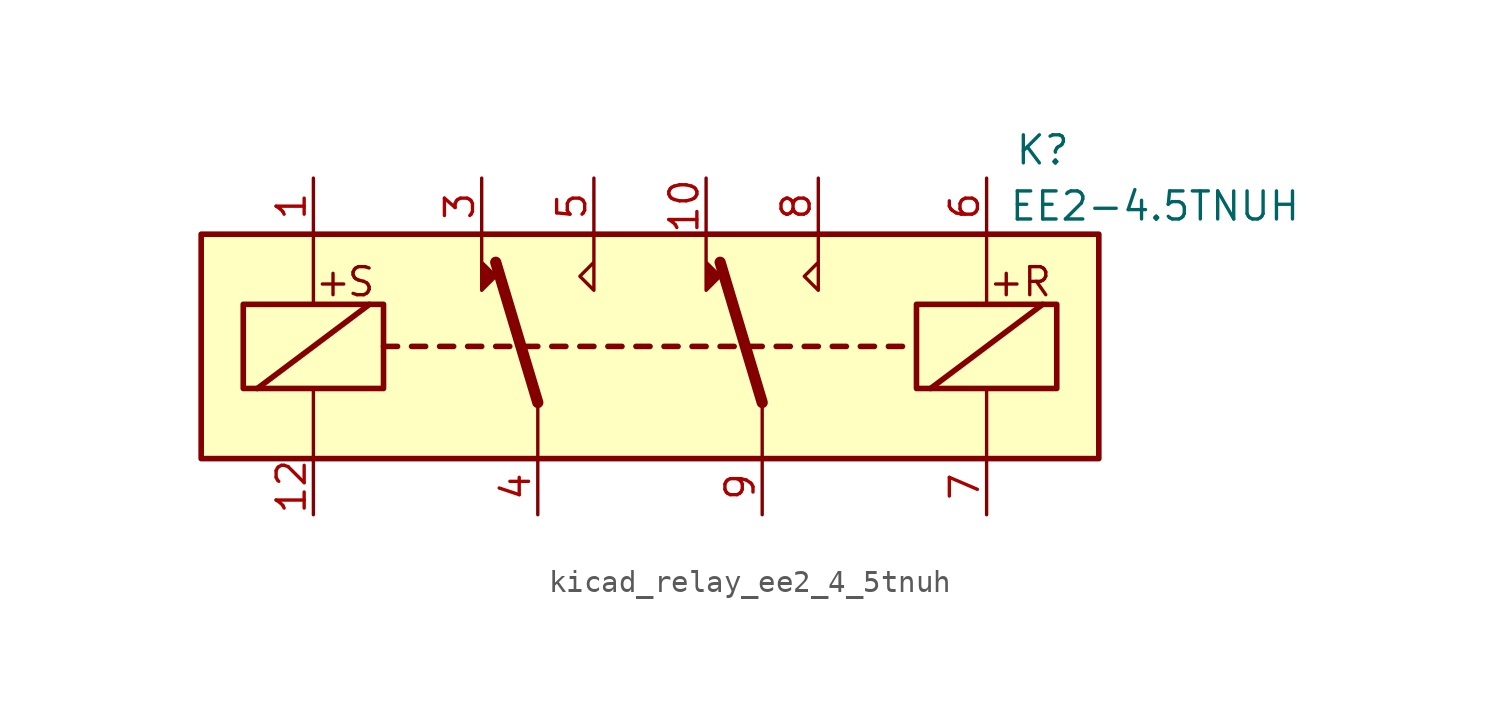
<source format=kicad_sym>
(kicad_symbol_lib
  (version 20220914)
  (generator kicad_symbol_editor)
  (symbol "kicad_relay_ee2_4_5tnuh"
    (property "Reference" "K"
      (at 17.78 8.89 0)
      (effects (font (size 1.27 1.27))))
    (property "Value" "EE2-4.5TNUH"
      (at 22.86 6.35 0)
      (effects (font (size 1.27 1.27))))
    (symbol "kicad_relay_ee2_4_5tnuh_1_1"
      (rectangle (start -20.32 5.08) (end 20.32 -5.08) (stroke (width 0.254) (type default)) (fill (type background)))
      (rectangle (start -18.415 1.905) (end -12.065 -1.905) (stroke (width 0.254) (type default)) (fill (type none)))
      (polyline (pts (xy -17.78 -1.905) (xy -12.7 1.905)) (stroke (width 0.254) (type default)) (fill (type none)))
      (polyline (pts (xy -15.24 -5.08) (xy -15.24 -1.905)) (stroke (width 0) (type default)) (fill (type none)))
      (polyline (pts (xy -15.24 5.08) (xy -15.24 1.905)) (stroke (width 0) (type default)) (fill (type none)))
      (polyline (pts (xy -12.065 0) (xy -11.43 0)) (stroke (width 0.254) (type default)) (fill (type none)))
      (polyline (pts (xy -10.795 0) (xy -10.16 0)) (stroke (width 0.254) (type default)) (fill (type none)))
      (polyline (pts (xy -9.525 0) (xy -8.89 0)) (stroke (width 0.254) (type default)) (fill (type none)))
      (polyline (pts (xy -8.255 0) (xy -7.62 0)) (stroke (width 0.254) (type default)) (fill (type none)))
      (polyline (pts (xy -6.985 0) (xy -6.35 0)) (stroke (width 0.254) (type default)) (fill (type none)))
      (polyline (pts (xy -5.715 0) (xy -5.08 0)) (stroke (width 0.254) (type default)) (fill (type none)))
      (polyline (pts (xy -5.08 -2.54) (xy -6.985 3.81)) (stroke (width 0.508) (type default)) (fill (type none)))
      (polyline (pts (xy -5.08 -2.54) (xy -5.08 -5.08)) (stroke (width 0) (type default)) (fill (type none)))
      (polyline (pts (xy -4.445 0) (xy -3.81 0)) (stroke (width 0.254) (type default)) (fill (type none)))
      (polyline (pts (xy -3.175 0) (xy -2.54 0)) (stroke (width 0.254) (type default)) (fill (type none)))
      (polyline (pts (xy -1.905 0) (xy -1.27 0)) (stroke (width 0.254) (type default)) (fill (type none)))
      (polyline (pts (xy -0.635 0) (xy 0 0)) (stroke (width 0.254) (type default)) (fill (type none)))
      (polyline (pts (xy 0.635 0) (xy 1.27 0)) (stroke (width 0.254) (type default)) (fill (type none)))
      (polyline (pts (xy 1.905 0) (xy 2.54 0)) (stroke (width 0.254) (type default)) (fill (type none)))
      (polyline (pts (xy 3.175 0) (xy 3.81 0)) (stroke (width 0.254) (type default)) (fill (type none)))
      (polyline (pts (xy 4.445 0) (xy 5.08 0)) (stroke (width 0.254) (type default)) (fill (type none)))
      (polyline (pts (xy 5.08 -2.54) (xy 3.175 3.81)) (stroke (width 0.508) (type default)) (fill (type none)))
      (polyline (pts (xy 5.08 -2.54) (xy 5.08 -5.08)) (stroke (width 0) (type default)) (fill (type none)))
      (polyline (pts (xy 5.715 0) (xy 6.35 0)) (stroke (width 0.254) (type default)) (fill (type none)))
      (polyline (pts (xy 6.985 0) (xy 7.62 0)) (stroke (width 0.254) (type default)) (fill (type none)))
      (polyline (pts (xy 8.255 0) (xy 8.89 0)) (stroke (width 0.254) (type default)) (fill (type none)))
      (polyline (pts (xy 9.525 0) (xy 10.16 0)) (stroke (width 0.254) (type default)) (fill (type none)))
      (polyline (pts (xy 10.795 0) (xy 11.43 0)) (stroke (width 0.254) (type default)) (fill (type none)))
      (polyline (pts (xy 12.7 -1.905) (xy 17.78 1.905)) (stroke (width 0.254) (type default)) (fill (type none)))
      (polyline (pts (xy 15.24 -5.08) (xy 15.24 -1.905)) (stroke (width 0) (type default)) (fill (type none)))
      (polyline (pts (xy 15.24 5.08) (xy 15.24 1.905)) (stroke (width 0) (type default)) (fill (type none)))
      (polyline (pts (xy -7.62 5.08) (xy -7.62 2.54) (xy -6.985 3.175) (xy -7.62 3.81)) (stroke (width 0) (type default)) (fill (type outline)))
      (polyline (pts (xy -2.54 5.08) (xy -2.54 2.54) (xy -3.175 3.175) (xy -2.54 3.81)) (stroke (width 0) (type default)) (fill (type none)))
      (polyline (pts (xy 2.54 5.08) (xy 2.54 2.54) (xy 3.175 3.175) (xy 2.54 3.81)) (stroke (width 0) (type default)) (fill (type outline)))
      (polyline (pts (xy 7.62 5.08) (xy 7.62 2.54) (xy 6.985 3.175) (xy 7.62 3.81)) (stroke (width 0) (type default)) (fill (type none)))
      (rectangle (start 12.065 1.905) (end 18.415 -1.905) (stroke (width 0.254) (type default)) (fill (type none)))
      (text "+" (at -14.351 2.921 0) (effects (font (size 1.27 1.27))))
      (text "+" (at 16.129 2.921 0) (effects (font (size 1.27 1.27))))
      (text "R" (at 17.526 2.921 0) (effects (font (size 1.27 1.27))))
      (text "S" (at -13.081 2.921 0) (effects (font (size 1.27 1.27))))
      (pin passive line (at -15.24 7.62 270) (length 2.54) (name "~" (effects (font (size 1.27 1.27)))) (number "1" (effects (font (size 1.27 1.27)))))
      (pin passive line (at 2.54 7.62 270) (length 2.54) (name "~" (effects (font (size 1.27 1.27)))) (number "10" (effects (font (size 1.27 1.27)))))
      (pin passive line (at -15.24 -7.62 90) (length 2.54) (name "~" (effects (font (size 1.27 1.27)))) (number "12" (effects (font (size 1.27 1.27)))))
      (pin passive line (at -7.62 7.62 270) (length 2.54) (name "~" (effects (font (size 1.27 1.27)))) (number "3" (effects (font (size 1.27 1.27)))))
      (pin passive line (at -5.08 -7.62 90) (length 2.54) (name "~" (effects (font (size 1.27 1.27)))) (number "4" (effects (font (size 1.27 1.27)))))
      (pin passive line (at -2.54 7.62 270) (length 2.54) (name "~" (effects (font (size 1.27 1.27)))) (number "5" (effects (font (size 1.27 1.27)))))
      (pin passive line (at 15.24 7.62 270) (length 2.54) (name "~" (effects (font (size 1.27 1.27)))) (number "6" (effects (font (size 1.27 1.27)))))
      (pin passive line (at 15.24 -7.62 90) (length 2.54) (name "~" (effects (font (size 1.27 1.27)))) (number "7" (effects (font (size 1.27 1.27)))))
      (pin passive line (at 7.62 7.62 270) (length 2.54) (name "~" (effects (font (size 1.27 1.27)))) (number "8" (effects (font (size 1.27 1.27)))))
      (pin passive line (at 5.08 -7.62 90) (length 2.54) (name "~" (effects (font (size 1.27 1.27)))) (number "9" (effects (font (size 1.27 1.27))))))))
</source>
